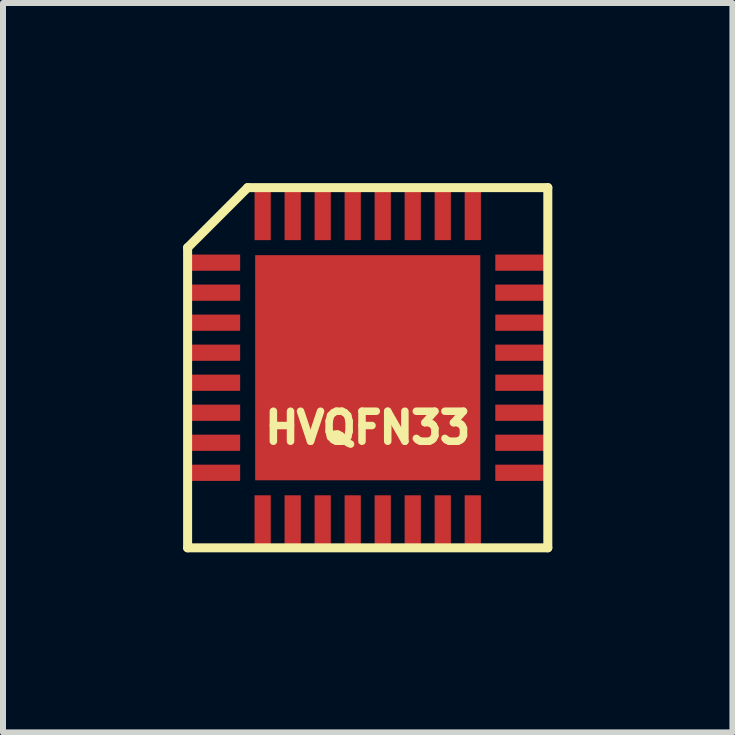
<source format=kicad_pcb>
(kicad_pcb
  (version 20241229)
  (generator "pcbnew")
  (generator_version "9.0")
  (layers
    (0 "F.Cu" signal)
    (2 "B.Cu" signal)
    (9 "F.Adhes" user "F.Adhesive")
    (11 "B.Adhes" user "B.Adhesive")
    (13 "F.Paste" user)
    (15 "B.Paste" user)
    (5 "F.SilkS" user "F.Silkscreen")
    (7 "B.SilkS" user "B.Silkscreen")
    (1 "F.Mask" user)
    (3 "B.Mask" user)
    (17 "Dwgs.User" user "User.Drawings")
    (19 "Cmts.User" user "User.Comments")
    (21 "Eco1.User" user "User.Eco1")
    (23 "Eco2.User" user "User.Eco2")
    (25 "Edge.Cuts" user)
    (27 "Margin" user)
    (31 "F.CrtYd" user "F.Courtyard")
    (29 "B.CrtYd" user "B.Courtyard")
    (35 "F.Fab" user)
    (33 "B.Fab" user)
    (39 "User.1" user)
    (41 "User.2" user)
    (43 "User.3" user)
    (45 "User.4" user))
  (footprint "HVQFN33"
    (layer "F.Cu")
    (at 3.075 3.075)
    (property "Reference" "HVQFN33" (at 0 1 0) (layer "F.SilkS") (effects (font (size 0.5 0.5) (thickness 0.125))))
    (attr through_hole)
    (fp_line (start -3 -2) (end -2 -3) (stroke (width 0.15) (type solid)) (layer "F.SilkS"))
    (fp_line (start -3 3) (end -3 -2) (stroke (width 0.15) (type solid)) (layer "F.SilkS"))
    (fp_line (start -2 -3) (end 3 -3) (stroke (width 0.15) (type solid)) (layer "F.SilkS"))
    (fp_line (start 3 -3) (end 3 3) (stroke (width 0.15) (type solid)) (layer "F.SilkS"))
    (fp_line (start 3 3) (end -3 3) (stroke (width 0.15) (type solid)) (layer "F.SilkS"))
    (pad "1" smd rect (at -2.55 -1.75) (size 0.85 0.27) (layers "F.Cu" "F.Mask" "F.Paste"))
    (pad "2" smd rect (at -2.55 -1.25) (size 0.85 0.27) (layers "F.Cu" "F.Mask" "F.Paste"))
    (pad "3" smd rect (at -2.55 -0.75) (size 0.85 0.27) (layers "F.Cu" "F.Mask" "F.Paste"))
    (pad "4" smd rect (at -2.55 -0.25) (size 0.85 0.27) (layers "F.Cu" "F.Mask" "F.Paste"))
    (pad "5" smd rect (at -2.55 0.25) (size 0.85 0.27) (layers "F.Cu" "F.Mask" "F.Paste"))
    (pad "6" smd rect (at -2.55 0.75) (size 0.85 0.27) (layers "F.Cu" "F.Mask" "F.Paste"))
    (pad "7" smd rect (at -2.55 1.25) (size 0.85 0.27) (layers "F.Cu" "F.Mask" "F.Paste"))
    (pad "8" smd rect (at -2.55 1.75) (size 0.85 0.27) (layers "F.Cu" "F.Mask" "F.Paste"))
    (pad "9" smd rect (at -1.75 2.55) (size 0.27 0.85) (layers "F.Cu" "F.Mask" "F.Paste"))
    (pad "10" smd rect (at -1.25 2.55) (size 0.27 0.85) (layers "F.Cu" "F.Mask" "F.Paste"))
    (pad "11" smd rect (at -0.75 2.55) (size 0.27 0.85) (layers "F.Cu" "F.Mask" "F.Paste"))
    (pad "12" smd rect (at -0.25 2.55) (size 0.27 0.85) (layers "F.Cu" "F.Mask" "F.Paste"))
    (pad "13" smd rect (at 0.25 2.55) (size 0.27 0.85) (layers "F.Cu" "F.Mask" "F.Paste"))
    (pad "14" smd rect (at 0.75 2.55) (size 0.27 0.85) (layers "F.Cu" "F.Mask" "F.Paste"))
    (pad "15" smd rect (at 1.25 2.55) (size 0.27 0.85) (layers "F.Cu" "F.Mask" "F.Paste"))
    (pad "16" smd rect (at 1.75 2.55) (size 0.27 0.85) (layers "F.Cu" "F.Mask" "F.Paste"))
    (pad "17" smd rect (at 2.55 1.75) (size 0.85 0.27) (layers "F.Cu" "F.Mask" "F.Paste"))
    (pad "18" smd rect (at 2.55 1.25) (size 0.85 0.27) (layers "F.Cu" "F.Mask" "F.Paste"))
    (pad "19" smd rect (at 2.55 0.75) (size 0.85 0.27) (layers "F.Cu" "F.Mask" "F.Paste"))
    (pad "20" smd rect (at 2.55 0.25) (size 0.85 0.27) (layers "F.Cu" "F.Mask" "F.Paste"))
    (pad "21" smd rect (at 2.55 -0.25) (size 0.85 0.27) (layers "F.Cu" "F.Mask" "F.Paste"))
    (pad "22" smd rect (at 2.55 -0.75) (size 0.85 0.27) (layers "F.Cu" "F.Mask" "F.Paste"))
    (pad "23" smd rect (at 2.55 -1.25) (size 0.85 0.27) (layers "F.Cu" "F.Mask" "F.Paste"))
    (pad "24" smd rect (at 2.55 -1.75) (size 0.85 0.27) (layers "F.Cu" "F.Mask" "F.Paste"))
    (pad "25" smd rect (at 1.75 -2.55) (size 0.27 0.85) (layers "F.Cu" "F.Mask" "F.Paste"))
    (pad "26" smd rect (at 1.25 -2.55) (size 0.27 0.85) (layers "F.Cu" "F.Mask" "F.Paste"))
    (pad "27" smd rect (at 0.75 -2.55) (size 0.27 0.85) (layers "F.Cu" "F.Mask" "F.Paste"))
    (pad "28" smd rect (at 0.25 -2.55) (size 0.27 0.85) (layers "F.Cu" "F.Mask" "F.Paste"))
    (pad "29" smd rect (at -0.25 -2.55) (size 0.27 0.85) (layers "F.Cu" "F.Mask" "F.Paste"))
    (pad "30" smd rect (at -0.75 -2.55) (size 0.27 0.85) (layers "F.Cu" "F.Mask" "F.Paste"))
    (pad "31" smd rect (at -1.25 -2.55) (size 0.27 0.85) (layers "F.Cu" "F.Mask" "F.Paste"))
    (pad "32" smd rect (at -1.75 -2.55) (size 0.27 0.85) (layers "F.Cu" "F.Mask" "F.Paste"))
    (pad "33" smd rect (at 0 0) (size 3.75 3.75) (layers "F.Cu" "F.Mask" "F.Paste")))
  (gr_rect
    (start -3 -3)
    (end 9.15 9.15)
    (stroke (width 0.1) (type default))
    (fill no)
    (layer "Edge.Cuts")))
</source>
